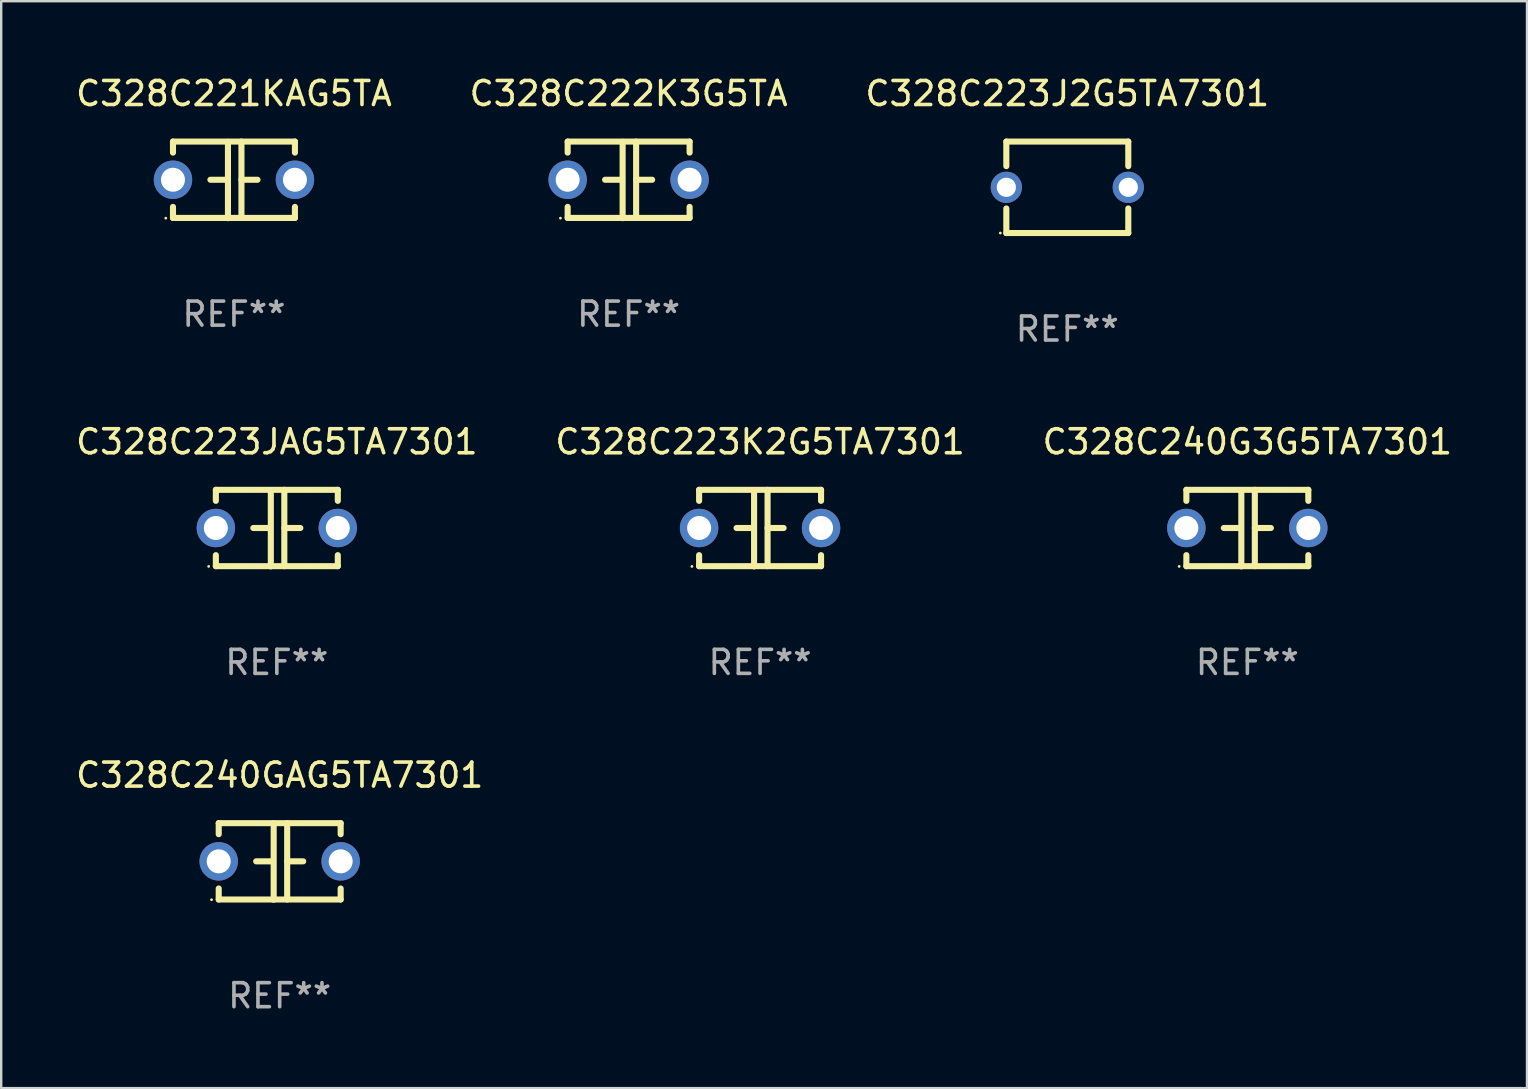
<source format=kicad_pcb>
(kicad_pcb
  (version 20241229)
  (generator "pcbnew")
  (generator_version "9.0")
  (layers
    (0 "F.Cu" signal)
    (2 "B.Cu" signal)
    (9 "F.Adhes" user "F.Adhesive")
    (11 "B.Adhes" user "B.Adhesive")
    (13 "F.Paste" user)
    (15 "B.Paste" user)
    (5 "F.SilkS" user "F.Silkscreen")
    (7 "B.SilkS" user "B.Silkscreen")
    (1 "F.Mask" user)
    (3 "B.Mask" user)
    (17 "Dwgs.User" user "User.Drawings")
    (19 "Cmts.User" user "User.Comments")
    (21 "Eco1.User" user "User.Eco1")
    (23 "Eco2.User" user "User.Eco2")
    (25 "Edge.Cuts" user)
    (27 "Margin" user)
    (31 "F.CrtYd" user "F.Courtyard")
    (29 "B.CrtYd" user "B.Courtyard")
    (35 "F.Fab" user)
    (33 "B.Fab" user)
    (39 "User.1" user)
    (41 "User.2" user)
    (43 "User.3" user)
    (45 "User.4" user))
  (footprint "C328C223K2G5TA7301"
    (layer "F.Cu")
    (at 28.613 18.95)
    (property "Reference" "C328C223K2G5TA7301" (at 0 -3.595 0) (layer "F.SilkS") (effects (font (size 1 1) (thickness 0.15))))
    (attr through_hole)
    (fp_line (start -2.54 -1.595) (end -2.54 -1.136) (stroke (width 0.254) (type solid)) (layer "F.SilkS"))
    (fp_line (start -2.54 -1.595) (end 2.54 -1.595) (stroke (width 0.254) (type solid)) (layer "F.SilkS"))
    (fp_line (start -2.54 1.126) (end -2.54 1.585) (stroke (width 0.254) (type solid)) (layer "F.SilkS"))
    (fp_line (start -0.312 -0.005) (end -0.98 -0.005) (stroke (width 0.254) (type solid)) (layer "F.SilkS"))
    (fp_line (start -0.25 -1.585) (end -0.25 1.595) (stroke (width 0.254) (type solid)) (layer "F.SilkS"))
    (fp_line (start 0.312 -1.595) (end 0.312 1.585) (stroke (width 0.254) (type solid)) (layer "F.SilkS"))
    (fp_line (start 0.312 -0.005) (end 0.98 -0.005) (stroke (width 0.254) (type solid)) (layer "F.SilkS"))
    (fp_line (start 2.54 -1.595) (end 2.54 -1.136) (stroke (width 0.254) (type solid)) (layer "F.SilkS"))
    (fp_line (start 2.54 1.126) (end 2.54 1.585) (stroke (width 0.254) (type solid)) (layer "F.SilkS"))
    (fp_line (start 2.54 1.585) (end -2.54 1.585) (stroke (width 0.254) (type solid)) (layer "F.SilkS"))
    (fp_circle (center -2.84 1.595) (end -2.81 1.595) (stroke (width 0.06) (type solid)) (fill no) (layer "F.SilkS"))
    (fp_text user "REF**" (at 0 5.595 0) (layer "F.Fab") (effects (font (size 1 1) (thickness 0.15))))
    (pad "1" thru_hole circle (at -2.54 -0.005) (size 1.6 1.6) (drill 1) (layers "*.Cu" "*.Mask"))
    (pad "2" thru_hole circle (at 2.54 -0.005) (size 1.6 1.6) (drill 1) (layers "*.Cu" "*.Mask")))
  (footprint "C328C221KAG5TA"
    (layer "F.Cu")
    (at 6.696 4.443)
    (property "Reference" "C328C221KAG5TA" (at 0 -3.595 0) (layer "F.SilkS") (effects (font (size 1 1) (thickness 0.15))))
    (attr through_hole)
    (fp_line (start -2.54 -1.595) (end -2.54 -1.136) (stroke (width 0.254) (type solid)) (layer "F.SilkS"))
    (fp_line (start -2.54 -1.595) (end 2.54 -1.595) (stroke (width 0.254) (type solid)) (layer "F.SilkS"))
    (fp_line (start -2.54 1.126) (end -2.54 1.585) (stroke (width 0.254) (type solid)) (layer "F.SilkS"))
    (fp_line (start -0.312 -0.005) (end -0.98 -0.005) (stroke (width 0.254) (type solid)) (layer "F.SilkS"))
    (fp_line (start -0.25 -1.585) (end -0.25 1.595) (stroke (width 0.254) (type solid)) (layer "F.SilkS"))
    (fp_line (start 0.312 -1.595) (end 0.312 1.585) (stroke (width 0.254) (type solid)) (layer "F.SilkS"))
    (fp_line (start 0.312 -0.005) (end 0.98 -0.005) (stroke (width 0.254) (type solid)) (layer "F.SilkS"))
    (fp_line (start 2.54 -1.595) (end 2.54 -1.136) (stroke (width 0.254) (type solid)) (layer "F.SilkS"))
    (fp_line (start 2.54 1.126) (end 2.54 1.585) (stroke (width 0.254) (type solid)) (layer "F.SilkS"))
    (fp_line (start 2.54 1.585) (end -2.54 1.585) (stroke (width 0.254) (type solid)) (layer "F.SilkS"))
    (fp_circle (center -2.84 1.595) (end -2.81 1.595) (stroke (width 0.06) (type solid)) (fill no) (layer "F.SilkS"))
    (fp_text user "REF**" (at 0 5.595 0) (layer "F.Fab") (effects (font (size 1 1) (thickness 0.15))))
    (pad "1" thru_hole circle (at -2.54 -0.005) (size 1.6 1.6) (drill 1) (layers "*.Cu" "*.Mask"))
    (pad "2" thru_hole circle (at 2.54 -0.005) (size 1.6 1.6) (drill 1) (layers "*.Cu" "*.Mask")))
  (footprint "C328C240G3G5TA7301"
    (layer "F.Cu")
    (at 48.911 18.95)
    (property "Reference" "C328C240G3G5TA7301" (at 0 -3.595 0) (layer "F.SilkS") (effects (font (size 1 1) (thickness 0.15))))
    (attr through_hole)
    (fp_line (start -2.54 -1.595) (end -2.54 -1.136) (stroke (width 0.254) (type solid)) (layer "F.SilkS"))
    (fp_line (start -2.54 -1.595) (end 2.54 -1.595) (stroke (width 0.254) (type solid)) (layer "F.SilkS"))
    (fp_line (start -2.54 1.126) (end -2.54 1.585) (stroke (width 0.254) (type solid)) (layer "F.SilkS"))
    (fp_line (start -0.312 -0.005) (end -0.98 -0.005) (stroke (width 0.254) (type solid)) (layer "F.SilkS"))
    (fp_line (start -0.25 -1.585) (end -0.25 1.595) (stroke (width 0.254) (type solid)) (layer "F.SilkS"))
    (fp_line (start 0.312 -1.595) (end 0.312 1.585) (stroke (width 0.254) (type solid)) (layer "F.SilkS"))
    (fp_line (start 0.312 -0.005) (end 0.98 -0.005) (stroke (width 0.254) (type solid)) (layer "F.SilkS"))
    (fp_line (start 2.54 -1.595) (end 2.54 -1.136) (stroke (width 0.254) (type solid)) (layer "F.SilkS"))
    (fp_line (start 2.54 1.126) (end 2.54 1.585) (stroke (width 0.254) (type solid)) (layer "F.SilkS"))
    (fp_line (start 2.54 1.585) (end -2.54 1.585) (stroke (width 0.254) (type solid)) (layer "F.SilkS"))
    (fp_circle (center -2.84 1.595) (end -2.81 1.595) (stroke (width 0.06) (type solid)) (fill no) (layer "F.SilkS"))
    (fp_text user "REF**" (at 0 5.595 0) (layer "F.Fab") (effects (font (size 1 1) (thickness 0.15))))
    (pad "1" thru_hole circle (at -2.54 -0.005) (size 1.6 1.6) (drill 1) (layers "*.Cu" "*.Mask"))
    (pad "2" thru_hole circle (at 2.54 -0.005) (size 1.6 1.6) (drill 1) (layers "*.Cu" "*.Mask")))
  (footprint "C328C223JAG5TA7301"
    (layer "F.Cu")
    (at 8.482 18.95)
    (property "Reference" "C328C223JAG5TA7301" (at 0 -3.595 0) (layer "F.SilkS") (effects (font (size 1 1) (thickness 0.15))))
    (attr through_hole)
    (fp_line (start -2.54 -1.595) (end -2.54 -1.136) (stroke (width 0.254) (type solid)) (layer "F.SilkS"))
    (fp_line (start -2.54 -1.595) (end 2.54 -1.595) (stroke (width 0.254) (type solid)) (layer "F.SilkS"))
    (fp_line (start -2.54 1.126) (end -2.54 1.585) (stroke (width 0.254) (type solid)) (layer "F.SilkS"))
    (fp_line (start -0.312 -0.005) (end -0.98 -0.005) (stroke (width 0.254) (type solid)) (layer "F.SilkS"))
    (fp_line (start -0.25 -1.585) (end -0.25 1.595) (stroke (width 0.254) (type solid)) (layer "F.SilkS"))
    (fp_line (start 0.312 -1.595) (end 0.312 1.585) (stroke (width 0.254) (type solid)) (layer "F.SilkS"))
    (fp_line (start 0.312 -0.005) (end 0.98 -0.005) (stroke (width 0.254) (type solid)) (layer "F.SilkS"))
    (fp_line (start 2.54 -1.595) (end 2.54 -1.136) (stroke (width 0.254) (type solid)) (layer "F.SilkS"))
    (fp_line (start 2.54 1.126) (end 2.54 1.585) (stroke (width 0.254) (type solid)) (layer "F.SilkS"))
    (fp_line (start 2.54 1.585) (end -2.54 1.585) (stroke (width 0.254) (type solid)) (layer "F.SilkS"))
    (fp_circle (center -2.84 1.595) (end -2.81 1.595) (stroke (width 0.06) (type solid)) (fill no) (layer "F.SilkS"))
    (fp_text user "REF**" (at 0 5.595 0) (layer "F.Fab") (effects (font (size 1 1) (thickness 0.15))))
    (pad "1" thru_hole circle (at -2.54 -0.005) (size 1.6 1.6) (drill 1) (layers "*.Cu" "*.Mask"))
    (pad "2" thru_hole circle (at 2.54 -0.005) (size 1.6 1.6) (drill 1) (layers "*.Cu" "*.Mask")))
  (footprint "C328C222K3G5TA"
    (layer "F.Cu")
    (at 23.137 4.443)
    (property "Reference" "C328C222K3G5TA" (at 0 -3.595 0) (layer "F.SilkS") (effects (font (size 1 1) (thickness 0.15))))
    (attr through_hole)
    (fp_line (start -2.54 -1.595) (end -2.54 -1.136) (stroke (width 0.254) (type solid)) (layer "F.SilkS"))
    (fp_line (start -2.54 -1.595) (end 2.54 -1.595) (stroke (width 0.254) (type solid)) (layer "F.SilkS"))
    (fp_line (start -2.54 1.126) (end -2.54 1.585) (stroke (width 0.254) (type solid)) (layer "F.SilkS"))
    (fp_line (start -0.312 -0.005) (end -0.98 -0.005) (stroke (width 0.254) (type solid)) (layer "F.SilkS"))
    (fp_line (start -0.25 -1.585) (end -0.25 1.595) (stroke (width 0.254) (type solid)) (layer "F.SilkS"))
    (fp_line (start 0.312 -1.595) (end 0.312 1.585) (stroke (width 0.254) (type solid)) (layer "F.SilkS"))
    (fp_line (start 0.312 -0.005) (end 0.98 -0.005) (stroke (width 0.254) (type solid)) (layer "F.SilkS"))
    (fp_line (start 2.54 -1.595) (end 2.54 -1.136) (stroke (width 0.254) (type solid)) (layer "F.SilkS"))
    (fp_line (start 2.54 1.126) (end 2.54 1.585) (stroke (width 0.254) (type solid)) (layer "F.SilkS"))
    (fp_line (start 2.54 1.585) (end -2.54 1.585) (stroke (width 0.254) (type solid)) (layer "F.SilkS"))
    (fp_circle (center -2.84 1.595) (end -2.81 1.595) (stroke (width 0.06) (type solid)) (fill no) (layer "F.SilkS"))
    (fp_text user "REF**" (at 0 5.595 0) (layer "F.Fab") (effects (font (size 1 1) (thickness 0.15))))
    (pad "1" thru_hole circle (at -2.54 -0.005) (size 1.6 1.6) (drill 1) (layers "*.Cu" "*.Mask"))
    (pad "2" thru_hole circle (at 2.54 -0.005) (size 1.6 1.6) (drill 1) (layers "*.Cu" "*.Mask")))
  (footprint "C328C240GAG5TA7301"
    (layer "F.Cu")
    (at 8.601 32.836)
    (property "Reference" "C328C240GAG5TA7301" (at 0 -3.595 0) (layer "F.SilkS") (effects (font (size 1 1) (thickness 0.15))))
    (attr through_hole)
    (fp_line (start -2.54 -1.595) (end -2.54 -1.136) (stroke (width 0.254) (type solid)) (layer "F.SilkS"))
    (fp_line (start -2.54 -1.595) (end 2.54 -1.595) (stroke (width 0.254) (type solid)) (layer "F.SilkS"))
    (fp_line (start -2.54 1.126) (end -2.54 1.585) (stroke (width 0.254) (type solid)) (layer "F.SilkS"))
    (fp_line (start -0.312 -0.005) (end -0.98 -0.005) (stroke (width 0.254) (type solid)) (layer "F.SilkS"))
    (fp_line (start -0.25 -1.585) (end -0.25 1.595) (stroke (width 0.254) (type solid)) (layer "F.SilkS"))
    (fp_line (start 0.312 -1.595) (end 0.312 1.585) (stroke (width 0.254) (type solid)) (layer "F.SilkS"))
    (fp_line (start 0.312 -0.005) (end 0.98 -0.005) (stroke (width 0.254) (type solid)) (layer "F.SilkS"))
    (fp_line (start 2.54 -1.595) (end 2.54 -1.136) (stroke (width 0.254) (type solid)) (layer "F.SilkS"))
    (fp_line (start 2.54 1.126) (end 2.54 1.585) (stroke (width 0.254) (type solid)) (layer "F.SilkS"))
    (fp_line (start 2.54 1.585) (end -2.54 1.585) (stroke (width 0.254) (type solid)) (layer "F.SilkS"))
    (fp_circle (center -2.84 1.595) (end -2.81 1.595) (stroke (width 0.06) (type solid)) (fill no) (layer "F.SilkS"))
    (fp_text user "REF**" (at 0 5.595 0) (layer "F.Fab") (effects (font (size 1 1) (thickness 0.15))))
    (pad "1" thru_hole circle (at -2.54 -0.005) (size 1.6 1.6) (drill 1) (layers "*.Cu" "*.Mask"))
    (pad "2" thru_hole circle (at 2.54 -0.005) (size 1.6 1.6) (drill 1) (layers "*.Cu" "*.Mask")))
  (footprint "C328C223J2G5TA7301"
    (layer "F.Cu")
    (at 41.411 4.753)
    (property "Reference" "C328C223J2G5TA7301" (at 0 -3.905 0) (layer "F.SilkS") (effects (font (size 1 1) (thickness 0.15))))
    (attr through_hole)
    (fp_line (start -2.54 -1.905) (end -2.54 -0.881) (stroke (width 0.254) (type solid)) (layer "F.SilkS"))
    (fp_line (start -2.54 0.881) (end -2.54 1.905) (stroke (width 0.254) (type solid)) (layer "F.SilkS"))
    (fp_line (start -2.54 1.905) (end 2.54 1.905) (stroke (width 0.254) (type solid)) (layer "F.SilkS"))
    (fp_line (start 2.54 -1.905) (end -2.54 -1.905) (stroke (width 0.254) (type solid)) (layer "F.SilkS"))
    (fp_line (start 2.54 -0.881) (end 2.54 -1.905) (stroke (width 0.254) (type solid)) (layer "F.SilkS"))
    (fp_line (start 2.54 1.905) (end 2.54 0.881) (stroke (width 0.254) (type solid)) (layer "F.SilkS"))
    (fp_circle (center -2.79 1.905) (end -2.76 1.905) (stroke (width 0.06) (type solid)) (fill no) (layer "F.SilkS"))
    (fp_text user "REF**" (at 0 5.905 0) (layer "F.Fab") (effects (font (size 1 1) (thickness 0.15))))
    (pad "1" thru_hole circle (at -2.54 0) (size 1.3 1.3) (drill 0.8) (layers "*.Cu" "*.Mask"))
    (pad "2" thru_hole circle (at 2.54 0) (size 1.3 1.3) (drill 0.8) (layers "*.Cu" "*.Mask")))
  (gr_rect
    (start -3 -3)
    (end 60.56 42.279)
    (stroke (width 0.1) (type default))
    (fill no)
    (layer "Edge.Cuts")))
</source>
